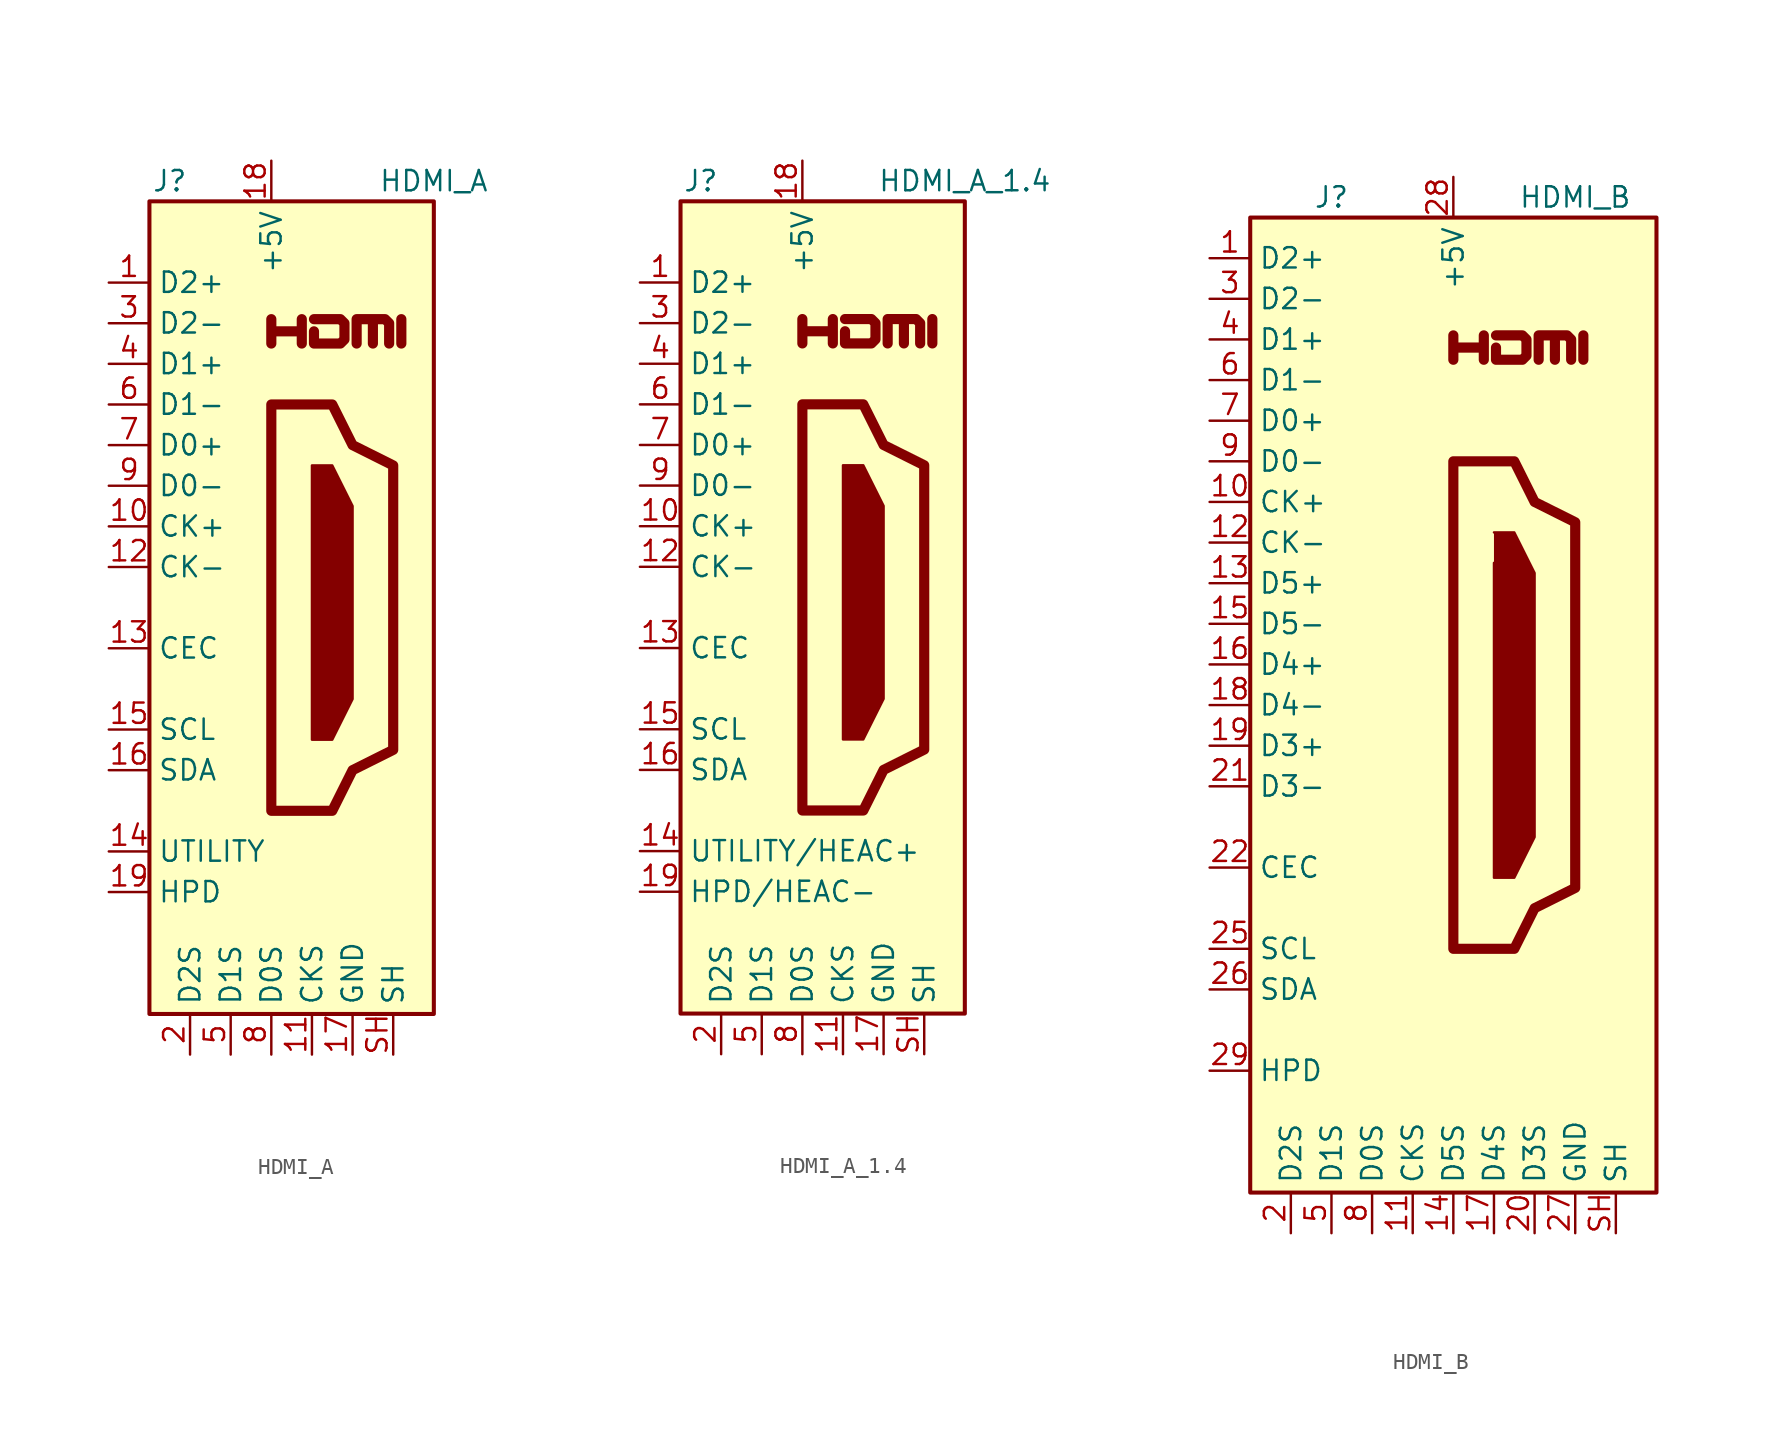
<source format=kicad_sym>
(kicad_symbol_lib
  (version 20201005)
  (generator kicad_symbol_editor)
  (symbol "HDMI_A"
    (property "Reference" "J"
      (at -6.35 26.67 0)
      (effects (font (size 1.27 1.27))))
    (property "Value" "HDMI_A"
      (at 10.16 26.67 0)
      (effects (font (size 1.27 1.27))))
    (symbol "HDMI_A_0_0"
      (polyline (pts (xy 8.128 16.51) (xy 8.128 18.034)) (stroke (width 0.635)) (fill (type none)))
      (polyline (pts (xy 0 16.51) (xy 0 18.034) (xy 0 17.272) (xy 1.905 17.272) (xy 1.905 18.034) (xy 1.905 16.51)) (stroke (width 0.635)) (fill (type none)))
      (polyline (pts (xy 2.667 18.034) (xy 4.318 18.034) (xy 4.572 17.78) (xy 4.572 16.764) (xy 4.318 16.51) (xy 2.667 16.51) (xy 2.667 17.272)) (stroke (width 0.635)) (fill (type none))))
    (symbol "HDMI_A_0_1"
      (rectangle (start -7.62 25.4) (end 10.16 -25.4) (stroke (width 0.254)) (fill (type background)))
      (polyline (pts (xy 2.54 8.89) (xy 3.81 8.89) (xy 5.08 6.35) (xy 5.08 -5.715) (xy 3.81 -8.255) (xy 2.54 -8.255) (xy 2.54 8.89)) (stroke (width 0)) (fill (type outline)))
      (polyline (pts (xy 5.334 16.51) (xy 5.334 18.034) (xy 6.35 18.034) (xy 6.35 16.51) (xy 6.35 18.034) (xy 7.112 18.034) (xy 7.366 17.78) (xy 7.366 16.51)) (stroke (width 0.635)) (fill (type none)))
      (polyline (pts (xy 0 12.7) (xy 0 -12.7) (xy 3.81 -12.7) (xy 5.08 -10.16) (xy 7.62 -8.89) (xy 7.62 8.89) (xy 5.08 10.16) (xy 3.81 12.7) (xy 0 12.7)) (stroke (width 0.635)) (fill (type none))))
    (symbol "HDMI_A_1_1"
      (pin passive line (at -10.16 20.32 0) (length 2.54) (name "D2+" (effects (font (size 1.27 1.27)))) (number "1" (effects (font (size 1.27 1.27)))))
      (pin passive line (at -10.16 5.08 0) (length 2.54) (name "CK+" (effects (font (size 1.27 1.27)))) (number "10" (effects (font (size 1.27 1.27)))))
      (pin power_in line (at 2.54 -27.94 90) (length 2.54) (name "CKS" (effects (font (size 1.27 1.27)))) (number "11" (effects (font (size 1.27 1.27)))))
      (pin passive line (at -10.16 2.54 0) (length 2.54) (name "CK-" (effects (font (size 1.27 1.27)))) (number "12" (effects (font (size 1.27 1.27)))))
      (pin bidirectional line (at -10.16 -2.54 0) (length 2.54) (name "CEC" (effects (font (size 1.27 1.27)))) (number "13" (effects (font (size 1.27 1.27)))))
      (pin passive line (at -10.16 -15.24 0) (length 2.54) (name "UTILITY" (effects (font (size 1.27 1.27)))) (number "14" (effects (font (size 1.27 1.27)))))
      (pin passive line (at -10.16 -7.62 0) (length 2.54) (name "SCL" (effects (font (size 1.27 1.27)))) (number "15" (effects (font (size 1.27 1.27)))))
      (pin bidirectional line (at -10.16 -10.16 0) (length 2.54) (name "SDA" (effects (font (size 1.27 1.27)))) (number "16" (effects (font (size 1.27 1.27)))))
      (pin power_in line (at 5.08 -27.94 90) (length 2.54) (name "GND" (effects (font (size 1.27 1.27)))) (number "17" (effects (font (size 1.27 1.27)))))
      (pin power_in line (at 0 27.94 270) (length 2.54) (name "+5V" (effects (font (size 1.27 1.27)))) (number "18" (effects (font (size 1.27 1.27)))))
      (pin passive line (at -10.16 -17.78 0) (length 2.54) (name "HPD" (effects (font (size 1.27 1.27)))) (number "19" (effects (font (size 1.27 1.27)))))
      (pin power_in line (at -5.08 -27.94 90) (length 2.54) (name "D2S" (effects (font (size 1.27 1.27)))) (number "2" (effects (font (size 1.27 1.27)))))
      (pin passive line (at -10.16 17.78 0) (length 2.54) (name "D2-" (effects (font (size 1.27 1.27)))) (number "3" (effects (font (size 1.27 1.27)))))
      (pin passive line (at -10.16 15.24 0) (length 2.54) (name "D1+" (effects (font (size 1.27 1.27)))) (number "4" (effects (font (size 1.27 1.27)))))
      (pin power_in line (at -2.54 -27.94 90) (length 2.54) (name "D1S" (effects (font (size 1.27 1.27)))) (number "5" (effects (font (size 1.27 1.27)))))
      (pin passive line (at -10.16 12.7 0) (length 2.54) (name "D1-" (effects (font (size 1.27 1.27)))) (number "6" (effects (font (size 1.27 1.27)))))
      (pin passive line (at -10.16 10.16 0) (length 2.54) (name "D0+" (effects (font (size 1.27 1.27)))) (number "7" (effects (font (size 1.27 1.27)))))
      (pin power_in line (at 0 -27.94 90) (length 2.54) (name "D0S" (effects (font (size 1.27 1.27)))) (number "8" (effects (font (size 1.27 1.27)))))
      (pin passive line (at -10.16 7.62 0) (length 2.54) (name "D0-" (effects (font (size 1.27 1.27)))) (number "9" (effects (font (size 1.27 1.27)))))
      (pin passive line (at 7.62 -27.94 90) (length 2.54) (name "SH" (effects (font (size 1.27 1.27)))) (number "SH" (effects (font (size 1.27 1.27)))))))
  (symbol "HDMI_A_1.4"
    (property "Reference" "J"
      (at -6.35 26.67 0)
      (effects (font (size 1.27 1.27))))
    (property "Value" "HDMI_A_1.4"
      (at 10.16 26.67 0)
      (effects (font (size 1.27 1.27))))
    (symbol "HDMI_A_1.4_0_0"
      (polyline (pts (xy 8.128 16.51) (xy 8.128 18.034)) (stroke (width 0.635)) (fill (type none)))
      (polyline (pts (xy 0 16.51) (xy 0 18.034) (xy 0 17.272) (xy 1.905 17.272) (xy 1.905 18.034) (xy 1.905 16.51)) (stroke (width 0.635)) (fill (type none)))
      (polyline (pts (xy 2.667 18.034) (xy 4.318 18.034) (xy 4.572 17.78) (xy 4.572 16.764) (xy 4.318 16.51) (xy 2.667 16.51) (xy 2.667 17.272)) (stroke (width 0.635)) (fill (type none))))
    (symbol "HDMI_A_1.4_0_1"
      (rectangle (start -7.62 25.4) (end 10.16 -25.4) (stroke (width 0.254)) (fill (type background)))
      (polyline (pts (xy 2.54 8.89) (xy 3.81 8.89) (xy 5.08 6.35) (xy 5.08 -5.715) (xy 3.81 -8.255) (xy 2.54 -8.255) (xy 2.54 8.89)) (stroke (width 0)) (fill (type outline)))
      (polyline (pts (xy 5.334 16.51) (xy 5.334 18.034) (xy 6.35 18.034) (xy 6.35 16.51) (xy 6.35 18.034) (xy 7.112 18.034) (xy 7.366 17.78) (xy 7.366 16.51)) (stroke (width 0.635)) (fill (type none)))
      (polyline (pts (xy 0 12.7) (xy 0 -12.7) (xy 3.81 -12.7) (xy 5.08 -10.16) (xy 7.62 -8.89) (xy 7.62 8.89) (xy 5.08 10.16) (xy 3.81 12.7) (xy 0 12.7)) (stroke (width 0.635)) (fill (type none))))
    (symbol "HDMI_A_1.4_1_1"
      (pin passive line (at -10.16 20.32 0) (length 2.54) (name "D2+" (effects (font (size 1.27 1.27)))) (number "1" (effects (font (size 1.27 1.27)))))
      (pin passive line (at -10.16 5.08 0) (length 2.54) (name "CK+" (effects (font (size 1.27 1.27)))) (number "10" (effects (font (size 1.27 1.27)))))
      (pin power_in line (at 2.54 -27.94 90) (length 2.54) (name "CKS" (effects (font (size 1.27 1.27)))) (number "11" (effects (font (size 1.27 1.27)))))
      (pin passive line (at -10.16 2.54 0) (length 2.54) (name "CK-" (effects (font (size 1.27 1.27)))) (number "12" (effects (font (size 1.27 1.27)))))
      (pin bidirectional line (at -10.16 -2.54 0) (length 2.54) (name "CEC" (effects (font (size 1.27 1.27)))) (number "13" (effects (font (size 1.27 1.27)))))
      (pin passive line (at -10.16 -15.24 0) (length 2.54) (name "UTILITY/HEAC+" (effects (font (size 1.27 1.27)))) (number "14" (effects (font (size 1.27 1.27)))))
      (pin passive line (at -10.16 -7.62 0) (length 2.54) (name "SCL" (effects (font (size 1.27 1.27)))) (number "15" (effects (font (size 1.27 1.27)))))
      (pin bidirectional line (at -10.16 -10.16 0) (length 2.54) (name "SDA" (effects (font (size 1.27 1.27)))) (number "16" (effects (font (size 1.27 1.27)))))
      (pin power_in line (at 5.08 -27.94 90) (length 2.54) (name "GND" (effects (font (size 1.27 1.27)))) (number "17" (effects (font (size 1.27 1.27)))))
      (pin power_in line (at 0 27.94 270) (length 2.54) (name "+5V" (effects (font (size 1.27 1.27)))) (number "18" (effects (font (size 1.27 1.27)))))
      (pin passive line (at -10.16 -17.78 0) (length 2.54) (name "HPD/HEAC-" (effects (font (size 1.27 1.27)))) (number "19" (effects (font (size 1.27 1.27)))))
      (pin power_in line (at -5.08 -27.94 90) (length 2.54) (name "D2S" (effects (font (size 1.27 1.27)))) (number "2" (effects (font (size 1.27 1.27)))))
      (pin passive line (at -10.16 17.78 0) (length 2.54) (name "D2-" (effects (font (size 1.27 1.27)))) (number "3" (effects (font (size 1.27 1.27)))))
      (pin passive line (at -10.16 15.24 0) (length 2.54) (name "D1+" (effects (font (size 1.27 1.27)))) (number "4" (effects (font (size 1.27 1.27)))))
      (pin power_in line (at -2.54 -27.94 90) (length 2.54) (name "D1S" (effects (font (size 1.27 1.27)))) (number "5" (effects (font (size 1.27 1.27)))))
      (pin passive line (at -10.16 12.7 0) (length 2.54) (name "D1-" (effects (font (size 1.27 1.27)))) (number "6" (effects (font (size 1.27 1.27)))))
      (pin passive line (at -10.16 10.16 0) (length 2.54) (name "D0+" (effects (font (size 1.27 1.27)))) (number "7" (effects (font (size 1.27 1.27)))))
      (pin power_in line (at 0 -27.94 90) (length 2.54) (name "D0S" (effects (font (size 1.27 1.27)))) (number "8" (effects (font (size 1.27 1.27)))))
      (pin passive line (at -10.16 7.62 0) (length 2.54) (name "D0-" (effects (font (size 1.27 1.27)))) (number "9" (effects (font (size 1.27 1.27)))))
      (pin passive line (at 7.62 -27.94 90) (length 2.54) (name "SH" (effects (font (size 1.27 1.27)))) (number "SH" (effects (font (size 1.27 1.27)))))))
  (symbol "HDMI_B"
    (property "Reference" "J"
      (at -7.62 31.75 0)
      (effects (font (size 1.27 1.27))))
    (property "Value" "HDMI_B"
      (at 7.62 31.75 0)
      (effects (font (size 1.27 1.27))))
    (symbol "HDMI_B_0_0"
      (polyline (pts (xy 8.128 21.59) (xy 8.128 23.114)) (stroke (width 0.635)) (fill (type none)))
      (polyline (pts (xy 0 21.59) (xy 0 23.114) (xy 0 22.352) (xy 1.905 22.352) (xy 1.905 23.114) (xy 1.905 21.59)) (stroke (width 0.635)) (fill (type none)))
      (polyline (pts (xy 2.667 23.114) (xy 4.318 23.114) (xy 4.572 22.86) (xy 4.572 21.844) (xy 4.318 21.59) (xy 2.667 21.59) (xy 2.667 22.352)) (stroke (width 0.635)) (fill (type none))))
    (symbol "HDMI_B_0_1"
      (rectangle (start -12.7 30.48) (end 12.7 -30.48) (stroke (width 0.254)) (fill (type background)))
      (polyline (pts (xy 2.54 10.795) (xy 3.81 10.795) (xy 5.08 8.255) (xy 5.08 -8.255) (xy 3.81 -10.795) (xy 2.54 -10.795) (xy 2.54 8.89)) (stroke (width 0)) (fill (type outline)))
      (polyline (pts (xy 5.334 21.59) (xy 5.334 23.114) (xy 6.35 23.114) (xy 6.35 21.59) (xy 6.35 23.114) (xy 7.112 23.114) (xy 7.366 22.86) (xy 7.366 21.59)) (stroke (width 0.635)) (fill (type none)))
      (polyline (pts (xy 0 15.24) (xy 0 -15.24) (xy 3.81 -15.24) (xy 5.08 -12.7) (xy 7.62 -11.43) (xy 7.62 11.43) (xy 5.08 12.7) (xy 3.81 15.24) (xy 0 15.24)) (stroke (width 0.635)) (fill (type none))))
    (symbol "HDMI_B_1_1"
      (pin passive line (at -15.24 27.94 0) (length 2.54) (name "D2+" (effects (font (size 1.27 1.27)))) (number "1" (effects (font (size 1.27 1.27)))))
      (pin passive line (at -15.24 12.7 0) (length 2.54) (name "CK+" (effects (font (size 1.27 1.27)))) (number "10" (effects (font (size 1.27 1.27)))))
      (pin power_in line (at -2.54 -33.02 90) (length 2.54) (name "CKS" (effects (font (size 1.27 1.27)))) (number "11" (effects (font (size 1.27 1.27)))))
      (pin passive line (at -15.24 10.16 0) (length 2.54) (name "CK-" (effects (font (size 1.27 1.27)))) (number "12" (effects (font (size 1.27 1.27)))))
      (pin passive line (at -15.24 7.62 0) (length 2.54) (name "D5+" (effects (font (size 1.27 1.27)))) (number "13" (effects (font (size 1.27 1.27)))))
      (pin power_in line (at 0 -33.02 90) (length 2.54) (name "D5S" (effects (font (size 1.27 1.27)))) (number "14" (effects (font (size 1.27 1.27)))))
      (pin passive line (at -15.24 5.08 0) (length 2.54) (name "D5-" (effects (font (size 1.27 1.27)))) (number "15" (effects (font (size 1.27 1.27)))))
      (pin passive line (at -15.24 2.54 0) (length 2.54) (name "D4+" (effects (font (size 1.27 1.27)))) (number "16" (effects (font (size 1.27 1.27)))))
      (pin power_in line (at 2.54 -33.02 90) (length 2.54) (name "D4S" (effects (font (size 1.27 1.27)))) (number "17" (effects (font (size 1.27 1.27)))))
      (pin passive line (at -15.24 0 0) (length 2.54) (name "D4-" (effects (font (size 1.27 1.27)))) (number "18" (effects (font (size 1.27 1.27)))))
      (pin passive line (at -15.24 -2.54 0) (length 2.54) (name "D3+" (effects (font (size 1.27 1.27)))) (number "19" (effects (font (size 1.27 1.27)))))
      (pin power_in line (at -10.16 -33.02 90) (length 2.54) (name "D2S" (effects (font (size 1.27 1.27)))) (number "2" (effects (font (size 1.27 1.27)))))
      (pin power_in line (at 5.08 -33.02 90) (length 2.54) (name "D3S" (effects (font (size 1.27 1.27)))) (number "20" (effects (font (size 1.27 1.27)))))
      (pin passive line (at -15.24 -5.08 0) (length 2.54) (name "D3-" (effects (font (size 1.27 1.27)))) (number "21" (effects (font (size 1.27 1.27)))))
      (pin bidirectional line (at -15.24 -10.16 0) (length 2.54) (name "CEC" (effects (font (size 1.27 1.27)))) (number "22" (effects (font (size 1.27 1.27)))))
      (pin no_connect line (at -12.7 -12.7 0) (length 2.54) hide (name "NC" (effects (font (size 1.27 1.27)))) (number "23" (effects (font (size 1.27 1.27)))))
      (pin no_connect line (at -12.7 -20.32 0) (length 2.54) hide (name "NC" (effects (font (size 1.27 1.27)))) (number "24" (effects (font (size 1.27 1.27)))))
      (pin passive line (at -15.24 -15.24 0) (length 2.54) (name "SCL" (effects (font (size 1.27 1.27)))) (number "25" (effects (font (size 1.27 1.27)))))
      (pin bidirectional line (at -15.24 -17.78 0) (length 2.54) (name "SDA" (effects (font (size 1.27 1.27)))) (number "26" (effects (font (size 1.27 1.27)))))
      (pin power_in line (at 7.62 -33.02 90) (length 2.54) (name "GND" (effects (font (size 1.27 1.27)))) (number "27" (effects (font (size 1.27 1.27)))))
      (pin power_in line (at 0 33.02 270) (length 2.54) (name "+5V" (effects (font (size 1.27 1.27)))) (number "28" (effects (font (size 1.27 1.27)))))
      (pin passive line (at -15.24 -22.86 0) (length 2.54) (name "HPD" (effects (font (size 1.27 1.27)))) (number "29" (effects (font (size 1.27 1.27)))))
      (pin passive line (at -15.24 25.4 0) (length 2.54) (name "D2-" (effects (font (size 1.27 1.27)))) (number "3" (effects (font (size 1.27 1.27)))))
      (pin passive line (at -15.24 22.86 0) (length 2.54) (name "D1+" (effects (font (size 1.27 1.27)))) (number "4" (effects (font (size 1.27 1.27)))))
      (pin power_in line (at -7.62 -33.02 90) (length 2.54) (name "D1S" (effects (font (size 1.27 1.27)))) (number "5" (effects (font (size 1.27 1.27)))))
      (pin passive line (at -15.24 20.32 0) (length 2.54) (name "D1-" (effects (font (size 1.27 1.27)))) (number "6" (effects (font (size 1.27 1.27)))))
      (pin passive line (at -15.24 17.78 0) (length 2.54) (name "D0+" (effects (font (size 1.27 1.27)))) (number "7" (effects (font (size 1.27 1.27)))))
      (pin power_in line (at -5.08 -33.02 90) (length 2.54) (name "D0S" (effects (font (size 1.27 1.27)))) (number "8" (effects (font (size 1.27 1.27)))))
      (pin passive line (at -15.24 15.24 0) (length 2.54) (name "D0-" (effects (font (size 1.27 1.27)))) (number "9" (effects (font (size 1.27 1.27)))))
      (pin passive line (at 10.16 -33.02 90) (length 2.54) (name "SH" (effects (font (size 1.27 1.27)))) (number "SH" (effects (font (size 1.27 1.27))))))))
</source>
